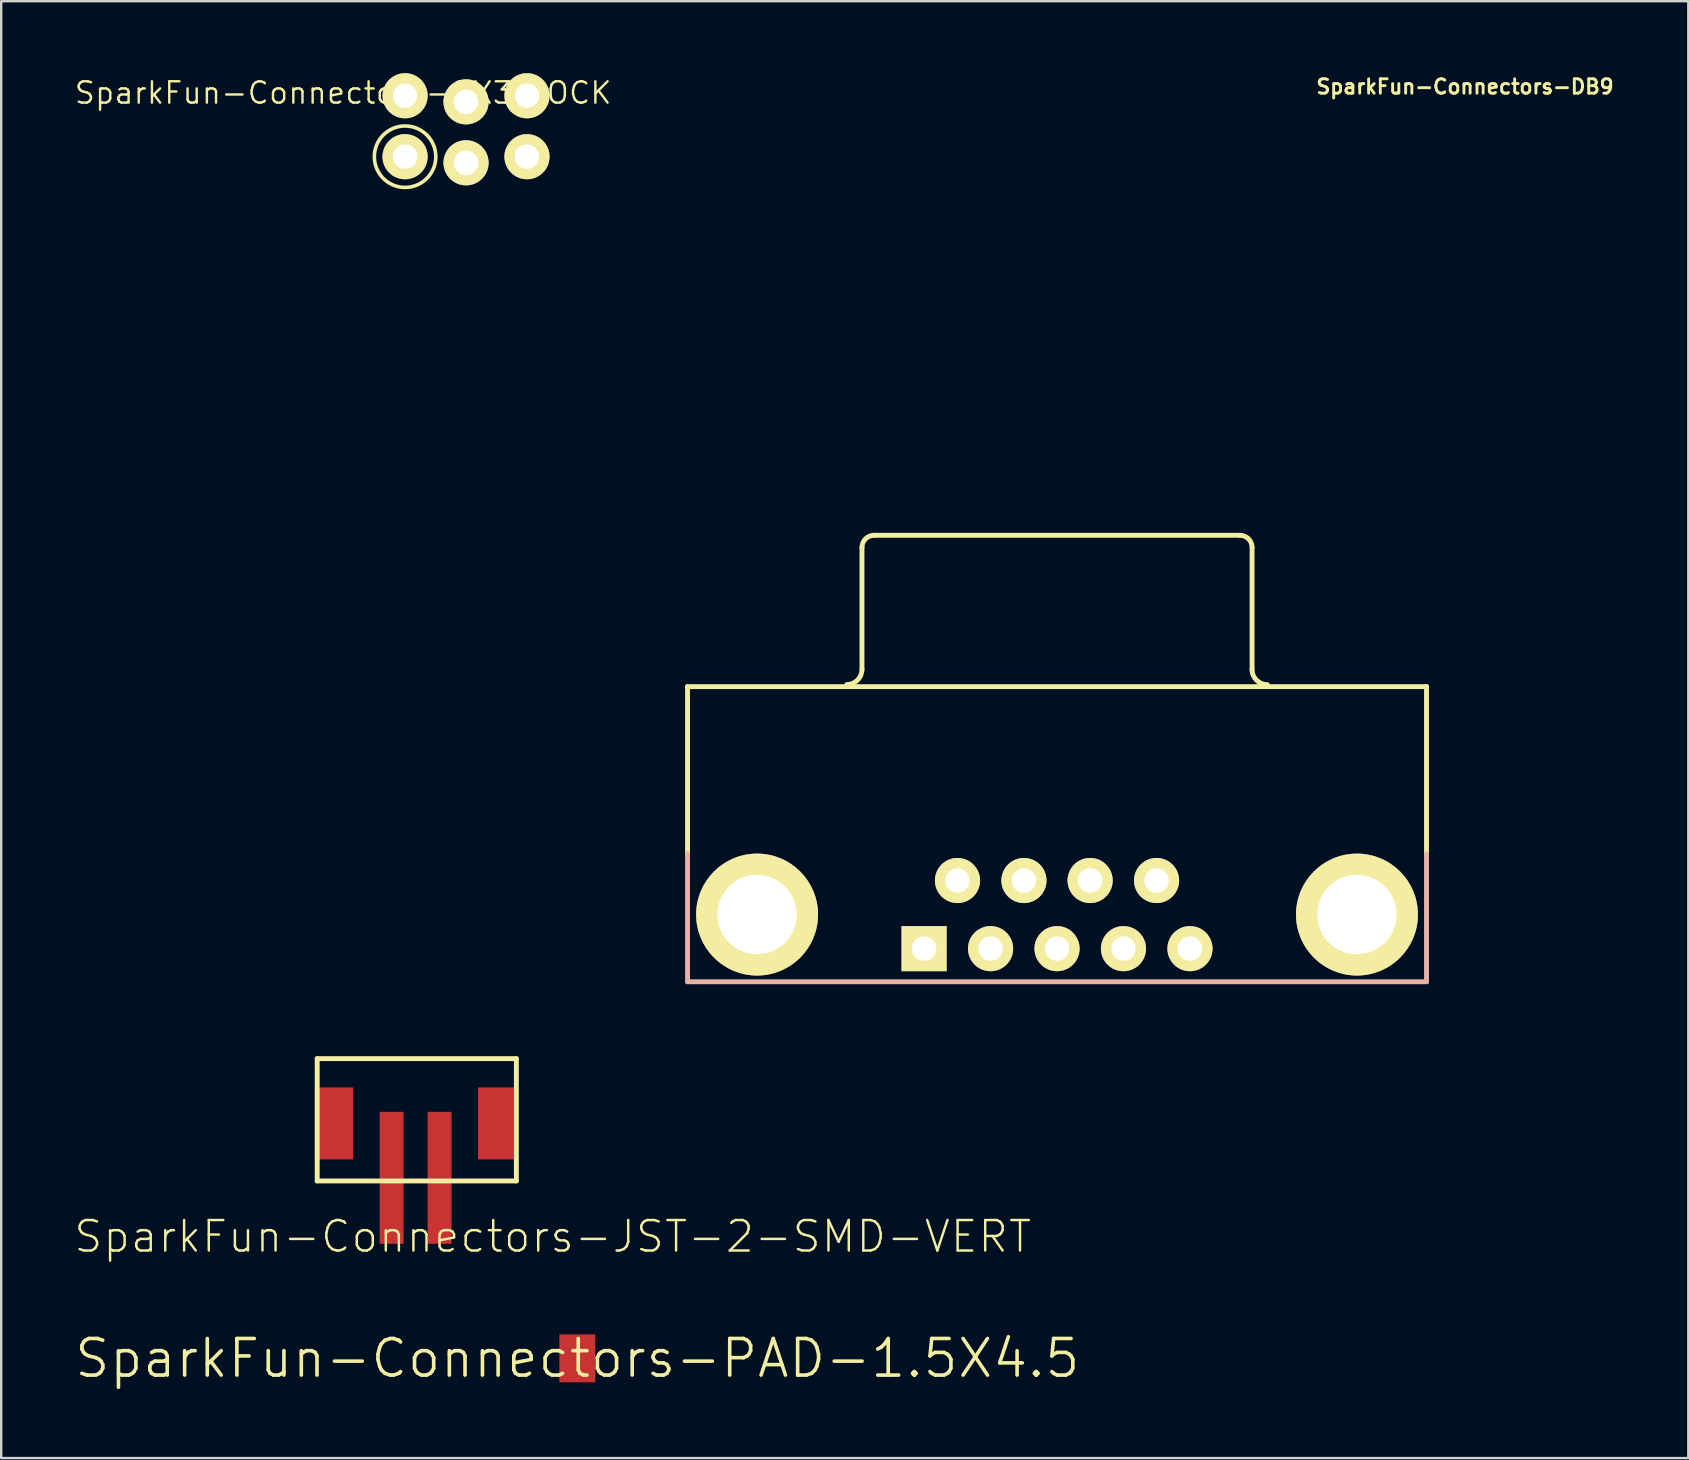
<source format=kicad_pcb>
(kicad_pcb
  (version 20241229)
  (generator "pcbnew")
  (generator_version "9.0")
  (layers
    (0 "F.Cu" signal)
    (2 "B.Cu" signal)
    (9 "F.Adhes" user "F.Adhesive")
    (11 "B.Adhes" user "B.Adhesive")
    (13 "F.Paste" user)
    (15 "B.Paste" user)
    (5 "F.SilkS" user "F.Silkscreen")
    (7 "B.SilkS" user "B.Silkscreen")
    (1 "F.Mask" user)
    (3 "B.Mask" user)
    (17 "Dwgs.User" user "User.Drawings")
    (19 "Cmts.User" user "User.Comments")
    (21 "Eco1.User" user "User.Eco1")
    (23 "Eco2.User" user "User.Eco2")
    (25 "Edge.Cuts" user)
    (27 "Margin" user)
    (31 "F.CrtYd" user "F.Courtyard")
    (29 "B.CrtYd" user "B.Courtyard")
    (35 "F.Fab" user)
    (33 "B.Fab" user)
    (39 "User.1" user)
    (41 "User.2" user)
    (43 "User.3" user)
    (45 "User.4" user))
  (footprint "SparkFun-Connectors-2X3_LOCK"
    (layer "F.Cu")
    (at 13.83 3.48)
    (property "Reference" "SparkFun-Connectors-2X3_LOCK" (at -2.58 -2.66 0) (layer "F.SilkS") (effects (font (size 0.89 0.89) (thickness 0.1))))
    (attr exclude_from_pos_files exclude_from_bom)
    (fp_line (start -0.254 -2.794) (end 0.254 -2.794) (stroke (width 0.066) (type solid)) (layer "F.SilkS"))
    (fp_line (start -0.254 -2.286) (end -0.254 -2.794) (stroke (width 0.066) (type solid)) (layer "F.SilkS"))
    (fp_line (start -0.254 -2.286) (end 0.254 -2.286) (stroke (width 0.066) (type solid)) (layer "F.SilkS"))
    (fp_line (start -0.254 -0.254) (end 0.254 -0.254) (stroke (width 0.066) (type solid)) (layer "F.SilkS"))
    (fp_line (start -0.254 0.254) (end -0.254 -0.254) (stroke (width 0.066) (type solid)) (layer "F.SilkS"))
    (fp_line (start -0.254 0.254) (end 0.254 0.254) (stroke (width 0.066) (type solid)) (layer "F.SilkS"))
    (fp_line (start 0.254 -2.286) (end 0.254 -2.794) (stroke (width 0.066) (type solid)) (layer "F.SilkS"))
    (fp_line (start 0.254 0.254) (end 0.254 -0.254) (stroke (width 0.066) (type solid)) (layer "F.SilkS"))
    (fp_line (start 2.286 -2.794) (end 2.794 -2.794) (stroke (width 0.066) (type solid)) (layer "F.SilkS"))
    (fp_line (start 2.286 -2.286) (end 2.286 -2.794) (stroke (width 0.066) (type solid)) (layer "F.SilkS"))
    (fp_line (start 2.286 -2.286) (end 2.794 -2.286) (stroke (width 0.066) (type solid)) (layer "F.SilkS"))
    (fp_line (start 2.286 -0.254) (end 2.794 -0.254) (stroke (width 0.066) (type solid)) (layer "F.SilkS"))
    (fp_line (start 2.286 0.254) (end 2.286 -0.254) (stroke (width 0.066) (type solid)) (layer "F.SilkS"))
    (fp_line (start 2.286 0.254) (end 2.794 0.254) (stroke (width 0.066) (type solid)) (layer "F.SilkS"))
    (fp_line (start 2.794 -2.286) (end 2.794 -2.794) (stroke (width 0.066) (type solid)) (layer "F.SilkS"))
    (fp_line (start 2.794 0.254) (end 2.794 -0.254) (stroke (width 0.066) (type solid)) (layer "F.SilkS"))
    (fp_line (start 4.826 -2.794) (end 5.334 -2.794) (stroke (width 0.066) (type solid)) (layer "F.SilkS"))
    (fp_line (start 4.826 -2.286) (end 4.826 -2.794) (stroke (width 0.066) (type solid)) (layer "F.SilkS"))
    (fp_line (start 4.826 -2.286) (end 5.334 -2.286) (stroke (width 0.066) (type solid)) (layer "F.SilkS"))
    (fp_line (start 4.826 -0.254) (end 5.334 -0.254) (stroke (width 0.066) (type solid)) (layer "F.SilkS"))
    (fp_line (start 4.826 0.254) (end 4.826 -0.254) (stroke (width 0.066) (type solid)) (layer "F.SilkS"))
    (fp_line (start 4.826 0.254) (end 5.334 0.254) (stroke (width 0.066) (type solid)) (layer "F.SilkS"))
    (fp_line (start 5.334 -2.286) (end 5.334 -2.794) (stroke (width 0.066) (type solid)) (layer "F.SilkS"))
    (fp_line (start 5.334 0.254) (end 5.334 -0.254) (stroke (width 0.066) (type solid)) (layer "F.SilkS"))
    (fp_circle (center 0 0) (end 1 0.8) (stroke (width 0.15) (type solid)) (fill no) (layer "F.SilkS"))
    (pad "1" thru_hole circle (at 0 0) (size 1.88 1.88) (drill 1.016) (layers "*.Cu" "*.Mask" "F.SilkS"))
    (pad "2" thru_hole circle (at 0 -2.54) (size 1.88 1.88) (drill 1.016) (layers "*.Cu" "*.Mask" "F.SilkS"))
    (pad "3" thru_hole circle (at 2.54 0.254) (size 1.88 1.88) (drill 1.016) (layers "*.Cu" "*.Mask" "F.SilkS"))
    (pad "4" thru_hole circle (at 2.54 -2.286) (size 1.88 1.88) (drill 1.016) (layers "*.Cu" "*.Mask" "F.SilkS"))
    (pad "5" thru_hole circle (at 5.08 0) (size 1.88 1.88) (drill 1.016) (layers "*.Cu" "*.Mask" "F.SilkS"))
    (pad "6" thru_hole circle (at 5.08 -2.54) (size 1.88 1.88) (drill 1.016) (layers "*.Cu" "*.Mask" "F.SilkS")))
  (footprint "SparkFun-Connectors-DB9"
    (layer "F.Cu")
    (at 40.998 35.062)
    (property "Reference" "SparkFun-Connectors-DB9" (at 17 -34.5 0) (layer "F.SilkS") (effects (font (size 0.6 0.6) (thickness 0.12))))
    (attr exclude_from_pos_files exclude_from_bom)
    (fp_line (start -15.397 -9.5) (end 15.397 -9.5) (stroke (width 0.203) (type solid)) (layer "F.SilkS"))
    (fp_line (start -15.397 -2.543) (end -15.397 -9.5) (stroke (width 0.203) (type solid)) (layer "F.SilkS"))
    (fp_line (start -8.128 -10.218) (end -8.128 -15.298) (stroke (width 0.203) (type solid)) (layer "F.SilkS"))
    (fp_line (start -7.62 -15.806) (end 7.62 -15.806) (stroke (width 0.203) (type solid)) (layer "F.SilkS"))
    (fp_line (start 8.128 -10.218) (end 8.128 -15.298) (stroke (width 0.203) (type solid)) (layer "F.SilkS"))
    (fp_line (start 15.397 -2.54) (end 15.397 -9.5) (stroke (width 0.203) (type solid)) (layer "F.SilkS"))
    (fp_arc (start -8.128 -15.29842) (mid -7.97921 -15.65763) (end -7.62 -15.80642) (stroke (width 0.2032) (type solid)) (layer "F.SilkS"))
    (fp_arc (start -8.128 -10.21842) (mid -8.313243 -9.771203) (end -8.76046 -9.58596) (stroke (width 0.2032) (type solid)) (layer "F.SilkS"))
    (fp_arc (start 7.62 -15.80642) (mid 7.97921 -15.65763) (end 8.128 -15.29842) (stroke (width 0.2032) (type solid)) (layer "F.SilkS"))
    (fp_arc (start 8.76046 -9.58342) (mid 8.311447 -9.769407) (end 8.12546 -10.21842) (stroke (width 0.2032) (type solid)) (layer "F.SilkS"))
    (fp_line (start -15.397 2.799) (end -15.397 -2.54) (stroke (width 0.203) (type solid)) (layer "B.SilkS"))
    (fp_line (start -15.397 2.799) (end 15.397 2.799) (stroke (width 0.203) (type solid)) (layer "B.SilkS"))
    (fp_line (start 15.397 2.799) (end 15.397 -2.54) (stroke (width 0.203) (type solid)) (layer "B.SilkS"))
    (pad "1" thru_hole rect (at -5.54 1.42) (size 1.88 1.88) (drill 1.016) (layers "*.Cu" "*.Mask" "F.SilkS" "F.Paste"))
    (pad "2" thru_hole circle (at -2.769 1.42) (size 1.88 1.88) (drill 1.016) (layers "*.Cu" "*.Mask" "F.SilkS" "F.Paste"))
    (pad "3" thru_hole circle (at 0 1.42) (size 1.88 1.88) (drill 1.016) (layers "*.Cu" "*.Mask" "F.SilkS" "F.Paste"))
    (pad "4" thru_hole circle (at 2.769 1.42) (size 1.88 1.88) (drill 1.016) (layers "*.Cu" "*.Mask" "F.SilkS" "F.Paste"))
    (pad "5" thru_hole circle (at 5.54 1.42) (size 1.88 1.88) (drill 1.016) (layers "*.Cu" "*.Mask" "F.SilkS" "F.Paste"))
    (pad "6" thru_hole circle (at -4.148 -1.42) (size 1.88 1.88) (drill 1.016) (layers "*.Cu" "*.Mask" "F.SilkS" "F.Paste"))
    (pad "7" thru_hole circle (at -1.379 -1.42) (size 1.88 1.88) (drill 1.016) (layers "*.Cu" "*.Mask" "F.SilkS" "F.Paste"))
    (pad "8" thru_hole circle (at 1.379 -1.42) (size 1.88 1.88) (drill 1.016) (layers "*.Cu" "*.Mask" "F.SilkS" "F.Paste"))
    (pad "9" thru_hole circle (at 4.148 -1.42) (size 1.88 1.88) (drill 1.016) (layers "*.Cu" "*.Mask" "F.SilkS" "F.Paste"))
    (pad "G1" thru_hole circle (at -12.499 0) (size 5.08 5.08) (drill 3.302) (layers "*.Cu" "*.Mask" "F.SilkS" "F.Paste"))
    (pad "G2" thru_hole circle (at 12.499 0) (size 5.08 5.08) (drill 3.302) (layers "*.Cu" "*.Mask" "F.SilkS" "F.Paste")))
  (footprint "SparkFun-Connectors-JST-2-SMD-VERT"
    (layer "F.Cu")
    (at 14.268 44.033)
    (property "Reference" "SparkFun-Connectors-JST-2-SMD-VERT" (at 5.715 4.445 0) (layer "F.SilkS") (effects (font (size 1.27 1.27) (thickness 0.102))))
    (attr smd)
    (fp_line (start -4.1 -2.969) (end 4.199 -2.969) (stroke (width 0.203) (type solid)) (layer "F.SilkS"))
    (fp_line (start -4.1 2.129) (end -4.1 -2.969) (stroke (width 0.203) (type solid)) (layer "F.SilkS"))
    (fp_line (start 4.199 -2.969) (end 4.199 2.129) (stroke (width 0.203) (type solid)) (layer "F.SilkS"))
    (fp_line (start 4.199 2.129) (end -4.1 2.129) (stroke (width 0.203) (type solid)) (layer "F.SilkS"))
    (pad "1" smd rect (at -3.399 -0.269 90) (size 3 1.598) (layers "F.Cu" "F.Mask" "F.Paste"))
    (pad "2" smd rect (at -0.998 1.999) (size 0.998 5.499) (layers "F.Cu" "F.Mask" "F.Paste"))
    (pad "3" smd rect (at 0.998 1.999) (size 0.998 5.499) (layers "F.Cu" "F.Mask" "F.Paste"))
    (pad "4" smd rect (at 3.399 -0.269 90) (size 3 1.598) (layers "F.Cu" "F.Mask" "F.Paste")))
  (footprint "SparkFun-Connectors-PAD-1.5X4.5"
    (layer "F.Cu")
    (at 21.009 53.554)
    (property "Reference" "SparkFun-Connectors-PAD-1.5X4.5" (at 0 0 0) (layer "F.SilkS") (effects (font (size 1.524 1.524) (thickness 0.15))))
    (attr smd)
    (pad "1" smd rect (at 0 0) (size 1.499 1.999) (layers "F.Cu" "F.Mask" "F.Paste")))
  (gr_rect
    (start -3 -3)
    (end 67.304 57.709)
    (stroke (width 0.1) (type default))
    (fill no)
    (layer "Edge.Cuts")))
</source>
